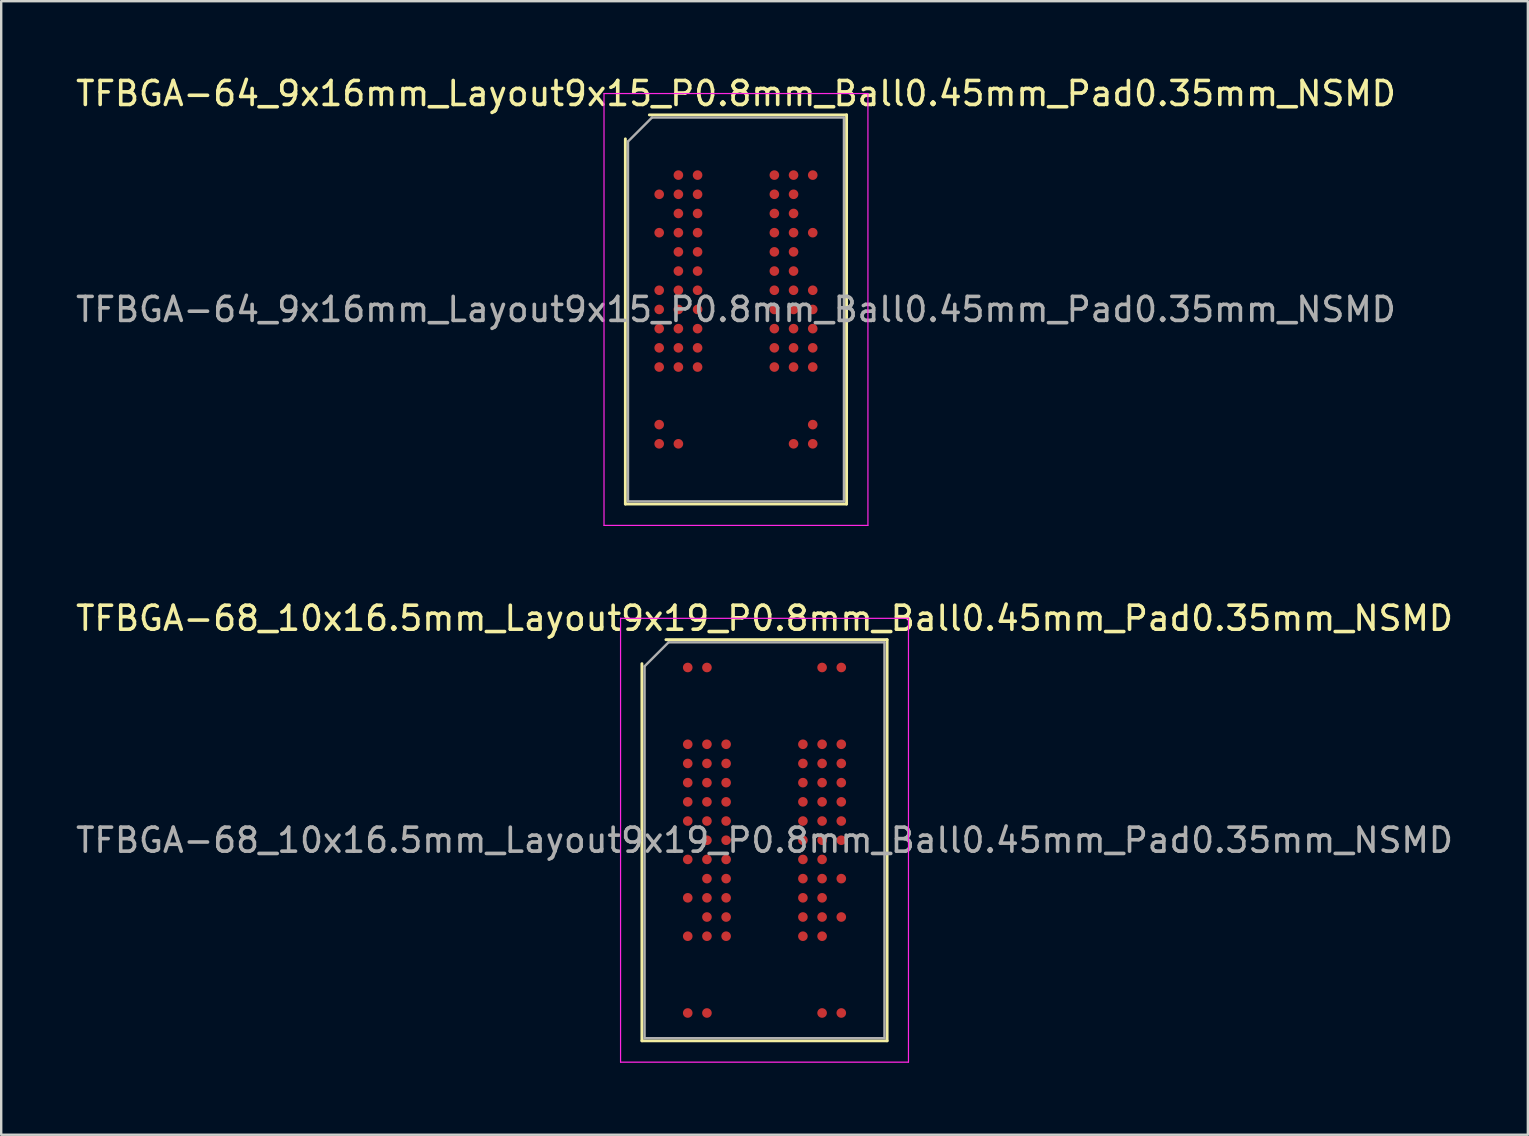
<source format=kicad_pcb>
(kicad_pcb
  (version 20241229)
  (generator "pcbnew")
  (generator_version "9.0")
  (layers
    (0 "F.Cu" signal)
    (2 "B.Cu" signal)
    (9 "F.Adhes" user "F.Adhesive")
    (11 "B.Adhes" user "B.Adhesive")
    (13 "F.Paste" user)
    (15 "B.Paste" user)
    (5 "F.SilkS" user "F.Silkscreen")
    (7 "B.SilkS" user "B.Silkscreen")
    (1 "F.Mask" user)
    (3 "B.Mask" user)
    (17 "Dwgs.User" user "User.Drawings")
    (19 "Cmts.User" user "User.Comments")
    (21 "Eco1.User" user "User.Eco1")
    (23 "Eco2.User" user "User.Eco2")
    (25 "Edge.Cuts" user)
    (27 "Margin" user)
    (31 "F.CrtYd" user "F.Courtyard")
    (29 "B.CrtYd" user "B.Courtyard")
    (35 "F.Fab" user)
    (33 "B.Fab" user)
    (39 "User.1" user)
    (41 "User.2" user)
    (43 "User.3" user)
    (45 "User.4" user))
  (footprint "TFBGA-64_9x16mm_Layout9x15_P0.8mm_Ball0.45mm_Pad0.35mm_NSMD"
    (layer "F.Cu")
    (at 27.625 9.848)
    (property "Reference" "TFBGA-64_9x16mm_Layout9x15_P0.8mm_Ball0.45mm_Pad0.35mm_NSMD" (at 0 -9 0) (layer "F.SilkS") (effects (font (size 1 1) (thickness 0.15))))
    (attr smd)
    (fp_line (start -4.61 8.11) (end -4.61 -7.11) (stroke (width 0.12) (type solid)) (layer "F.SilkS"))
    (fp_line (start -3.61 -8.11) (end 4.61 -8.11) (stroke (width 0.12) (type solid)) (layer "F.SilkS"))
    (fp_line (start 4.61 -8.11) (end 4.61 8.11) (stroke (width 0.12) (type solid)) (layer "F.SilkS"))
    (fp_line (start 4.61 8.11) (end -4.61 8.11) (stroke (width 0.12) (type solid)) (layer "F.SilkS"))
    (fp_line (start -5.5 -9) (end -5.5 9) (stroke (width 0.05) (type solid)) (layer "F.CrtYd"))
    (fp_line (start -5.5 9) (end 5.5 9) (stroke (width 0.05) (type solid)) (layer "F.CrtYd"))
    (fp_line (start 5.5 -9) (end -5.5 -9) (stroke (width 0.05) (type solid)) (layer "F.CrtYd"))
    (fp_line (start 5.5 9) (end 5.5 -9) (stroke (width 0.05) (type solid)) (layer "F.CrtYd"))
    (fp_line (start -4.5 -7) (end -3.5 -8) (stroke (width 0.1) (type solid)) (layer "F.Fab"))
    (fp_line (start -4.5 8) (end -4.5 -7) (stroke (width 0.1) (type solid)) (layer "F.Fab"))
    (fp_line (start -3.5 -8) (end 4.5 -8) (stroke (width 0.1) (type solid)) (layer "F.Fab"))
    (fp_line (start 4.5 -8) (end 4.5 8) (stroke (width 0.1) (type solid)) (layer "F.Fab"))
    (fp_line (start 4.5 8) (end -4.5 8) (stroke (width 0.1) (type solid)) (layer "F.Fab"))
    (fp_text user "${REFERENCE}" (at 0 0 0) (layer "F.Fab") (effects (font (size 1 1) (thickness 0.15))))
    (pad "A2" smd circle (at -2.4 -5.6) (size 0.4 0.4) (layers "F.Cu" "F.Mask" "F.Paste"))
    (pad "A3" smd circle (at -1.6 -5.6) (size 0.4 0.4) (layers "F.Cu" "F.Mask" "F.Paste"))
    (pad "A7" smd circle (at 1.6 -5.6) (size 0.4 0.4) (layers "F.Cu" "F.Mask" "F.Paste"))
    (pad "A8" smd circle (at 2.4 -5.6) (size 0.4 0.4) (layers "F.Cu" "F.Mask" "F.Paste"))
    (pad "A9" smd circle (at 3.2 -5.6) (size 0.4 0.4) (layers "F.Cu" "F.Mask" "F.Paste"))
    (pad "B1" smd circle (at -3.2 -4.8) (size 0.4 0.4) (layers "F.Cu" "F.Mask" "F.Paste"))
    (pad "B2" smd circle (at -2.4 -4.8) (size 0.4 0.4) (layers "F.Cu" "F.Mask" "F.Paste"))
    (pad "B3" smd circle (at -1.6 -4.8) (size 0.4 0.4) (layers "F.Cu" "F.Mask" "F.Paste"))
    (pad "B7" smd circle (at 1.6 -4.8) (size 0.4 0.4) (layers "F.Cu" "F.Mask" "F.Paste"))
    (pad "B8" smd circle (at 2.4 -4.8) (size 0.4 0.4) (layers "F.Cu" "F.Mask" "F.Paste"))
    (pad "C2" smd circle (at -2.4 -4) (size 0.4 0.4) (layers "F.Cu" "F.Mask" "F.Paste"))
    (pad "C3" smd circle (at -1.6 -4) (size 0.4 0.4) (layers "F.Cu" "F.Mask" "F.Paste"))
    (pad "C7" smd circle (at 1.6 -4) (size 0.4 0.4) (layers "F.Cu" "F.Mask" "F.Paste"))
    (pad "C8" smd circle (at 2.4 -4) (size 0.4 0.4) (layers "F.Cu" "F.Mask" "F.Paste"))
    (pad "D1" smd circle (at -3.2 -3.2) (size 0.4 0.4) (layers "F.Cu" "F.Mask" "F.Paste"))
    (pad "D2" smd circle (at -2.4 -3.2) (size 0.4 0.4) (layers "F.Cu" "F.Mask" "F.Paste"))
    (pad "D3" smd circle (at -1.6 -3.2) (size 0.4 0.4) (layers "F.Cu" "F.Mask" "F.Paste"))
    (pad "D7" smd circle (at 1.6 -3.2) (size 0.4 0.4) (layers "F.Cu" "F.Mask" "F.Paste"))
    (pad "D8" smd circle (at 2.4 -3.2) (size 0.4 0.4) (layers "F.Cu" "F.Mask" "F.Paste"))
    (pad "D9" smd circle (at 3.2 -3.2) (size 0.4 0.4) (layers "F.Cu" "F.Mask" "F.Paste"))
    (pad "E2" smd circle (at -2.4 -2.4) (size 0.4 0.4) (layers "F.Cu" "F.Mask" "F.Paste"))
    (pad "E3" smd circle (at -1.6 -2.4) (size 0.4 0.4) (layers "F.Cu" "F.Mask" "F.Paste"))
    (pad "E7" smd circle (at 1.6 -2.4) (size 0.4 0.4) (layers "F.Cu" "F.Mask" "F.Paste"))
    (pad "E8" smd circle (at 2.4 -2.4) (size 0.4 0.4) (layers "F.Cu" "F.Mask" "F.Paste"))
    (pad "F2" smd circle (at -2.4 -1.6) (size 0.4 0.4) (layers "F.Cu" "F.Mask" "F.Paste"))
    (pad "F3" smd circle (at -1.6 -1.6) (size 0.4 0.4) (layers "F.Cu" "F.Mask" "F.Paste"))
    (pad "F7" smd circle (at 1.6 -1.6) (size 0.4 0.4) (layers "F.Cu" "F.Mask" "F.Paste"))
    (pad "F8" smd circle (at 2.4 -1.6) (size 0.4 0.4) (layers "F.Cu" "F.Mask" "F.Paste"))
    (pad "G1" smd circle (at -3.2 -0.8) (size 0.4 0.4) (layers "F.Cu" "F.Mask" "F.Paste"))
    (pad "G2" smd circle (at -2.4 -0.8) (size 0.4 0.4) (layers "F.Cu" "F.Mask" "F.Paste"))
    (pad "G3" smd circle (at -1.6 -0.8) (size 0.4 0.4) (layers "F.Cu" "F.Mask" "F.Paste"))
    (pad "G7" smd circle (at 1.6 -0.8) (size 0.4 0.4) (layers "F.Cu" "F.Mask" "F.Paste"))
    (pad "G8" smd circle (at 2.4 -0.8) (size 0.4 0.4) (layers "F.Cu" "F.Mask" "F.Paste"))
    (pad "G9" smd circle (at 3.2 -0.8) (size 0.4 0.4) (layers "F.Cu" "F.Mask" "F.Paste"))
    (pad "H1" smd circle (at -3.2 0) (size 0.4 0.4) (layers "F.Cu" "F.Mask" "F.Paste"))
    (pad "H2" smd circle (at -2.4 0) (size 0.4 0.4) (layers "F.Cu" "F.Mask" "F.Paste"))
    (pad "H3" smd circle (at -1.6 0) (size 0.4 0.4) (layers "F.Cu" "F.Mask" "F.Paste"))
    (pad "H7" smd circle (at 1.6 0) (size 0.4 0.4) (layers "F.Cu" "F.Mask" "F.Paste"))
    (pad "H8" smd circle (at 2.4 0) (size 0.4 0.4) (layers "F.Cu" "F.Mask" "F.Paste"))
    (pad "H9" smd circle (at 3.2 0) (size 0.4 0.4) (layers "F.Cu" "F.Mask" "F.Paste"))
    (pad "J1" smd circle (at -3.2 0.8) (size 0.4 0.4) (layers "F.Cu" "F.Mask" "F.Paste"))
    (pad "J2" smd circle (at -2.4 0.8) (size 0.4 0.4) (layers "F.Cu" "F.Mask" "F.Paste"))
    (pad "J3" smd circle (at -1.6 0.8) (size 0.4 0.4) (layers "F.Cu" "F.Mask" "F.Paste"))
    (pad "J7" smd circle (at 1.6 0.8) (size 0.4 0.4) (layers "F.Cu" "F.Mask" "F.Paste"))
    (pad "J8" smd circle (at 2.4 0.8) (size 0.4 0.4) (layers "F.Cu" "F.Mask" "F.Paste"))
    (pad "J9" smd circle (at 3.2 0.8) (size 0.4 0.4) (layers "F.Cu" "F.Mask" "F.Paste"))
    (pad "K1" smd circle (at -3.2 1.6) (size 0.4 0.4) (layers "F.Cu" "F.Mask" "F.Paste"))
    (pad "K2" smd circle (at -2.4 1.6) (size 0.4 0.4) (layers "F.Cu" "F.Mask" "F.Paste"))
    (pad "K3" smd circle (at -1.6 1.6) (size 0.4 0.4) (layers "F.Cu" "F.Mask" "F.Paste"))
    (pad "K7" smd circle (at 1.6 1.6) (size 0.4 0.4) (layers "F.Cu" "F.Mask" "F.Paste"))
    (pad "K8" smd circle (at 2.4 1.6) (size 0.4 0.4) (layers "F.Cu" "F.Mask" "F.Paste"))
    (pad "K9" smd circle (at 3.2 1.6) (size 0.4 0.4) (layers "F.Cu" "F.Mask" "F.Paste"))
    (pad "L1" smd circle (at -3.2 2.4) (size 0.4 0.4) (layers "F.Cu" "F.Mask" "F.Paste"))
    (pad "L2" smd circle (at -2.4 2.4) (size 0.4 0.4) (layers "F.Cu" "F.Mask" "F.Paste"))
    (pad "L3" smd circle (at -1.6 2.4) (size 0.4 0.4) (layers "F.Cu" "F.Mask" "F.Paste"))
    (pad "L7" smd circle (at 1.6 2.4) (size 0.4 0.4) (layers "F.Cu" "F.Mask" "F.Paste"))
    (pad "L8" smd circle (at 2.4 2.4) (size 0.4 0.4) (layers "F.Cu" "F.Mask" "F.Paste"))
    (pad "L9" smd circle (at 3.2 2.4) (size 0.4 0.4) (layers "F.Cu" "F.Mask" "F.Paste"))
    (pad "P1" smd circle (at -3.2 4.8) (size 0.4 0.4) (layers "F.Cu" "F.Mask" "F.Paste"))
    (pad "P9" smd circle (at 3.2 4.8) (size 0.4 0.4) (layers "F.Cu" "F.Mask" "F.Paste"))
    (pad "R1" smd circle (at -3.2 5.6) (size 0.4 0.4) (layers "F.Cu" "F.Mask" "F.Paste"))
    (pad "R2" smd circle (at -2.4 5.6) (size 0.4 0.4) (layers "F.Cu" "F.Mask" "F.Paste"))
    (pad "R8" smd circle (at 2.4 5.6) (size 0.4 0.4) (layers "F.Cu" "F.Mask" "F.Paste"))
    (pad "R9" smd circle (at 3.2 5.6) (size 0.4 0.4) (layers "F.Cu" "F.Mask" "F.Paste")))
  (footprint "TFBGA-68_10x16.5mm_Layout9x19_P0.8mm_Ball0.45mm_Pad0.35mm_NSMD"
    (layer "F.Cu")
    (at 28.815 31.971)
    (property "Reference" "TFBGA-68_10x16.5mm_Layout9x19_P0.8mm_Ball0.45mm_Pad0.35mm_NSMD" (at 0 -9.25 0) (layer "F.SilkS") (effects (font (size 1 1) (thickness 0.15))))
    (attr smd)
    (fp_line (start -5.11 8.36) (end -5.11 -7.36) (stroke (width 0.12) (type solid)) (layer "F.SilkS"))
    (fp_line (start -4.11 -8.36) (end 5.11 -8.36) (stroke (width 0.12) (type solid)) (layer "F.SilkS"))
    (fp_line (start 5.11 -8.36) (end 5.11 8.36) (stroke (width 0.12) (type solid)) (layer "F.SilkS"))
    (fp_line (start 5.11 8.36) (end -5.11 8.36) (stroke (width 0.12) (type solid)) (layer "F.SilkS"))
    (fp_line (start -6 -9.25) (end -6 9.25) (stroke (width 0.05) (type solid)) (layer "F.CrtYd"))
    (fp_line (start -6 9.25) (end 6 9.25) (stroke (width 0.05) (type solid)) (layer "F.CrtYd"))
    (fp_line (start 6 -9.25) (end -6 -9.25) (stroke (width 0.05) (type solid)) (layer "F.CrtYd"))
    (fp_line (start 6 9.25) (end 6 -9.25) (stroke (width 0.05) (type solid)) (layer "F.CrtYd"))
    (fp_line (start -5 -7.25) (end -4 -8.25) (stroke (width 0.1) (type solid)) (layer "F.Fab"))
    (fp_line (start -5 8.25) (end -5 -7.25) (stroke (width 0.1) (type solid)) (layer "F.Fab"))
    (fp_line (start -4 -8.25) (end 5 -8.25) (stroke (width 0.1) (type solid)) (layer "F.Fab"))
    (fp_line (start 5 -8.25) (end 5 8.25) (stroke (width 0.1) (type solid)) (layer "F.Fab"))
    (fp_line (start 5 8.25) (end -5 8.25) (stroke (width 0.1) (type solid)) (layer "F.Fab"))
    (fp_text user "${REFERENCE}" (at 0 0 0) (layer "F.Fab") (effects (font (size 1 1) (thickness 0.15))))
    (pad "A1" smd circle (at -3.2 -7.2) (size 0.4 0.4) (layers "F.Cu" "F.Mask" "F.Paste"))
    (pad "A2" smd circle (at -2.4 -7.2) (size 0.4 0.4) (layers "F.Cu" "F.Mask" "F.Paste"))
    (pad "A8" smd circle (at 2.4 -7.2) (size 0.4 0.4) (layers "F.Cu" "F.Mask" "F.Paste"))
    (pad "A9" smd circle (at 3.2 -7.2) (size 0.4 0.4) (layers "F.Cu" "F.Mask" "F.Paste"))
    (pad "E1" smd circle (at -3.2 -4) (size 0.4 0.4) (layers "F.Cu" "F.Mask" "F.Paste"))
    (pad "E2" smd circle (at -2.4 -4) (size 0.4 0.4) (layers "F.Cu" "F.Mask" "F.Paste"))
    (pad "E3" smd circle (at -1.6 -4) (size 0.4 0.4) (layers "F.Cu" "F.Mask" "F.Paste"))
    (pad "E7" smd circle (at 1.6 -4) (size 0.4 0.4) (layers "F.Cu" "F.Mask" "F.Paste"))
    (pad "E8" smd circle (at 2.4 -4) (size 0.4 0.4) (layers "F.Cu" "F.Mask" "F.Paste"))
    (pad "E9" smd circle (at 3.2 -4) (size 0.4 0.4) (layers "F.Cu" "F.Mask" "F.Paste"))
    (pad "F1" smd circle (at -3.2 -3.2) (size 0.4 0.4) (layers "F.Cu" "F.Mask" "F.Paste"))
    (pad "F2" smd circle (at -2.4 -3.2) (size 0.4 0.4) (layers "F.Cu" "F.Mask" "F.Paste"))
    (pad "F3" smd circle (at -1.6 -3.2) (size 0.4 0.4) (layers "F.Cu" "F.Mask" "F.Paste"))
    (pad "F7" smd circle (at 1.6 -3.2) (size 0.4 0.4) (layers "F.Cu" "F.Mask" "F.Paste"))
    (pad "F8" smd circle (at 2.4 -3.2) (size 0.4 0.4) (layers "F.Cu" "F.Mask" "F.Paste"))
    (pad "F9" smd circle (at 3.2 -3.2) (size 0.4 0.4) (layers "F.Cu" "F.Mask" "F.Paste"))
    (pad "G1" smd circle (at -3.2 -2.4) (size 0.4 0.4) (layers "F.Cu" "F.Mask" "F.Paste"))
    (pad "G2" smd circle (at -2.4 -2.4) (size 0.4 0.4) (layers "F.Cu" "F.Mask" "F.Paste"))
    (pad "G3" smd circle (at -1.6 -2.4) (size 0.4 0.4) (layers "F.Cu" "F.Mask" "F.Paste"))
    (pad "G7" smd circle (at 1.6 -2.4) (size 0.4 0.4) (layers "F.Cu" "F.Mask" "F.Paste"))
    (pad "G8" smd circle (at 2.4 -2.4) (size 0.4 0.4) (layers "F.Cu" "F.Mask" "F.Paste"))
    (pad "G9" smd circle (at 3.2 -2.4) (size 0.4 0.4) (layers "F.Cu" "F.Mask" "F.Paste"))
    (pad "H1" smd circle (at -3.2 -1.6) (size 0.4 0.4) (layers "F.Cu" "F.Mask" "F.Paste"))
    (pad "H2" smd circle (at -2.4 -1.6) (size 0.4 0.4) (layers "F.Cu" "F.Mask" "F.Paste"))
    (pad "H3" smd circle (at -1.6 -1.6) (size 0.4 0.4) (layers "F.Cu" "F.Mask" "F.Paste"))
    (pad "H7" smd circle (at 1.6 -1.6) (size 0.4 0.4) (layers "F.Cu" "F.Mask" "F.Paste"))
    (pad "H8" smd circle (at 2.4 -1.6) (size 0.4 0.4) (layers "F.Cu" "F.Mask" "F.Paste"))
    (pad "H9" smd circle (at 3.2 -1.6) (size 0.4 0.4) (layers "F.Cu" "F.Mask" "F.Paste"))
    (pad "J1" smd circle (at -3.2 -0.8) (size 0.4 0.4) (layers "F.Cu" "F.Mask" "F.Paste"))
    (pad "J2" smd circle (at -2.4 -0.8) (size 0.4 0.4) (layers "F.Cu" "F.Mask" "F.Paste"))
    (pad "J3" smd circle (at -1.6 -0.8) (size 0.4 0.4) (layers "F.Cu" "F.Mask" "F.Paste"))
    (pad "J7" smd circle (at 1.6 -0.8) (size 0.4 0.4) (layers "F.Cu" "F.Mask" "F.Paste"))
    (pad "J8" smd circle (at 2.4 -0.8) (size 0.4 0.4) (layers "F.Cu" "F.Mask" "F.Paste"))
    (pad "J9" smd circle (at 3.2 -0.8) (size 0.4 0.4) (layers "F.Cu" "F.Mask" "F.Paste"))
    (pad "K2" smd circle (at -2.4 0) (size 0.4 0.4) (layers "F.Cu" "F.Mask" "F.Paste"))
    (pad "K3" smd circle (at -1.6 0) (size 0.4 0.4) (layers "F.Cu" "F.Mask" "F.Paste"))
    (pad "K7" smd circle (at 1.6 0) (size 0.4 0.4) (layers "F.Cu" "F.Mask" "F.Paste"))
    (pad "K8" smd circle (at 2.4 0) (size 0.4 0.4) (layers "F.Cu" "F.Mask" "F.Paste"))
    (pad "K9" smd circle (at 3.2 0) (size 0.4 0.4) (layers "F.Cu" "F.Mask" "F.Paste"))
    (pad "L1" smd circle (at -3.2 0.8) (size 0.4 0.4) (layers "F.Cu" "F.Mask" "F.Paste"))
    (pad "L2" smd circle (at -2.4 0.8) (size 0.4 0.4) (layers "F.Cu" "F.Mask" "F.Paste"))
    (pad "L3" smd circle (at -1.6 0.8) (size 0.4 0.4) (layers "F.Cu" "F.Mask" "F.Paste"))
    (pad "L7" smd circle (at 1.6 0.8) (size 0.4 0.4) (layers "F.Cu" "F.Mask" "F.Paste"))
    (pad "L8" smd circle (at 2.4 0.8) (size 0.4 0.4) (layers "F.Cu" "F.Mask" "F.Paste"))
    (pad "M2" smd circle (at -2.4 1.6) (size 0.4 0.4) (layers "F.Cu" "F.Mask" "F.Paste"))
    (pad "M3" smd circle (at -1.6 1.6) (size 0.4 0.4) (layers "F.Cu" "F.Mask" "F.Paste"))
    (pad "M7" smd circle (at 1.6 1.6) (size 0.4 0.4) (layers "F.Cu" "F.Mask" "F.Paste"))
    (pad "M8" smd circle (at 2.4 1.6) (size 0.4 0.4) (layers "F.Cu" "F.Mask" "F.Paste"))
    (pad "M9" smd circle (at 3.2 1.6) (size 0.4 0.4) (layers "F.Cu" "F.Mask" "F.Paste"))
    (pad "N1" smd circle (at -3.2 2.4) (size 0.4 0.4) (layers "F.Cu" "F.Mask" "F.Paste"))
    (pad "N2" smd circle (at -2.4 2.4) (size 0.4 0.4) (layers "F.Cu" "F.Mask" "F.Paste"))
    (pad "N3" smd circle (at -1.6 2.4) (size 0.4 0.4) (layers "F.Cu" "F.Mask" "F.Paste"))
    (pad "N7" smd circle (at 1.6 2.4) (size 0.4 0.4) (layers "F.Cu" "F.Mask" "F.Paste"))
    (pad "N8" smd circle (at 2.4 2.4) (size 0.4 0.4) (layers "F.Cu" "F.Mask" "F.Paste"))
    (pad "P2" smd circle (at -2.4 3.2) (size 0.4 0.4) (layers "F.Cu" "F.Mask" "F.Paste"))
    (pad "P3" smd circle (at -1.6 3.2) (size 0.4 0.4) (layers "F.Cu" "F.Mask" "F.Paste"))
    (pad "P7" smd circle (at 1.6 3.2) (size 0.4 0.4) (layers "F.Cu" "F.Mask" "F.Paste"))
    (pad "P8" smd circle (at 2.4 3.2) (size 0.4 0.4) (layers "F.Cu" "F.Mask" "F.Paste"))
    (pad "P9" smd circle (at 3.2 3.2) (size 0.4 0.4) (layers "F.Cu" "F.Mask" "F.Paste"))
    (pad "R1" smd circle (at -3.2 4) (size 0.4 0.4) (layers "F.Cu" "F.Mask" "F.Paste"))
    (pad "R2" smd circle (at -2.4 4) (size 0.4 0.4) (layers "F.Cu" "F.Mask" "F.Paste"))
    (pad "R3" smd circle (at -1.6 4) (size 0.4 0.4) (layers "F.Cu" "F.Mask" "F.Paste"))
    (pad "R7" smd circle (at 1.6 4) (size 0.4 0.4) (layers "F.Cu" "F.Mask" "F.Paste"))
    (pad "R8" smd circle (at 2.4 4) (size 0.4 0.4) (layers "F.Cu" "F.Mask" "F.Paste"))
    (pad "W1" smd circle (at -3.2 7.2) (size 0.4 0.4) (layers "F.Cu" "F.Mask" "F.Paste"))
    (pad "W2" smd circle (at -2.4 7.2) (size 0.4 0.4) (layers "F.Cu" "F.Mask" "F.Paste"))
    (pad "W8" smd circle (at 2.4 7.2) (size 0.4 0.4) (layers "F.Cu" "F.Mask" "F.Paste"))
    (pad "W9" smd circle (at 3.2 7.2) (size 0.4 0.4) (layers "F.Cu" "F.Mask" "F.Paste")))
  (gr_rect
    (start -3 -3)
    (end 60.631 44.246)
    (stroke (width 0.1) (type default))
    (fill no)
    (layer "Edge.Cuts")))
</source>
